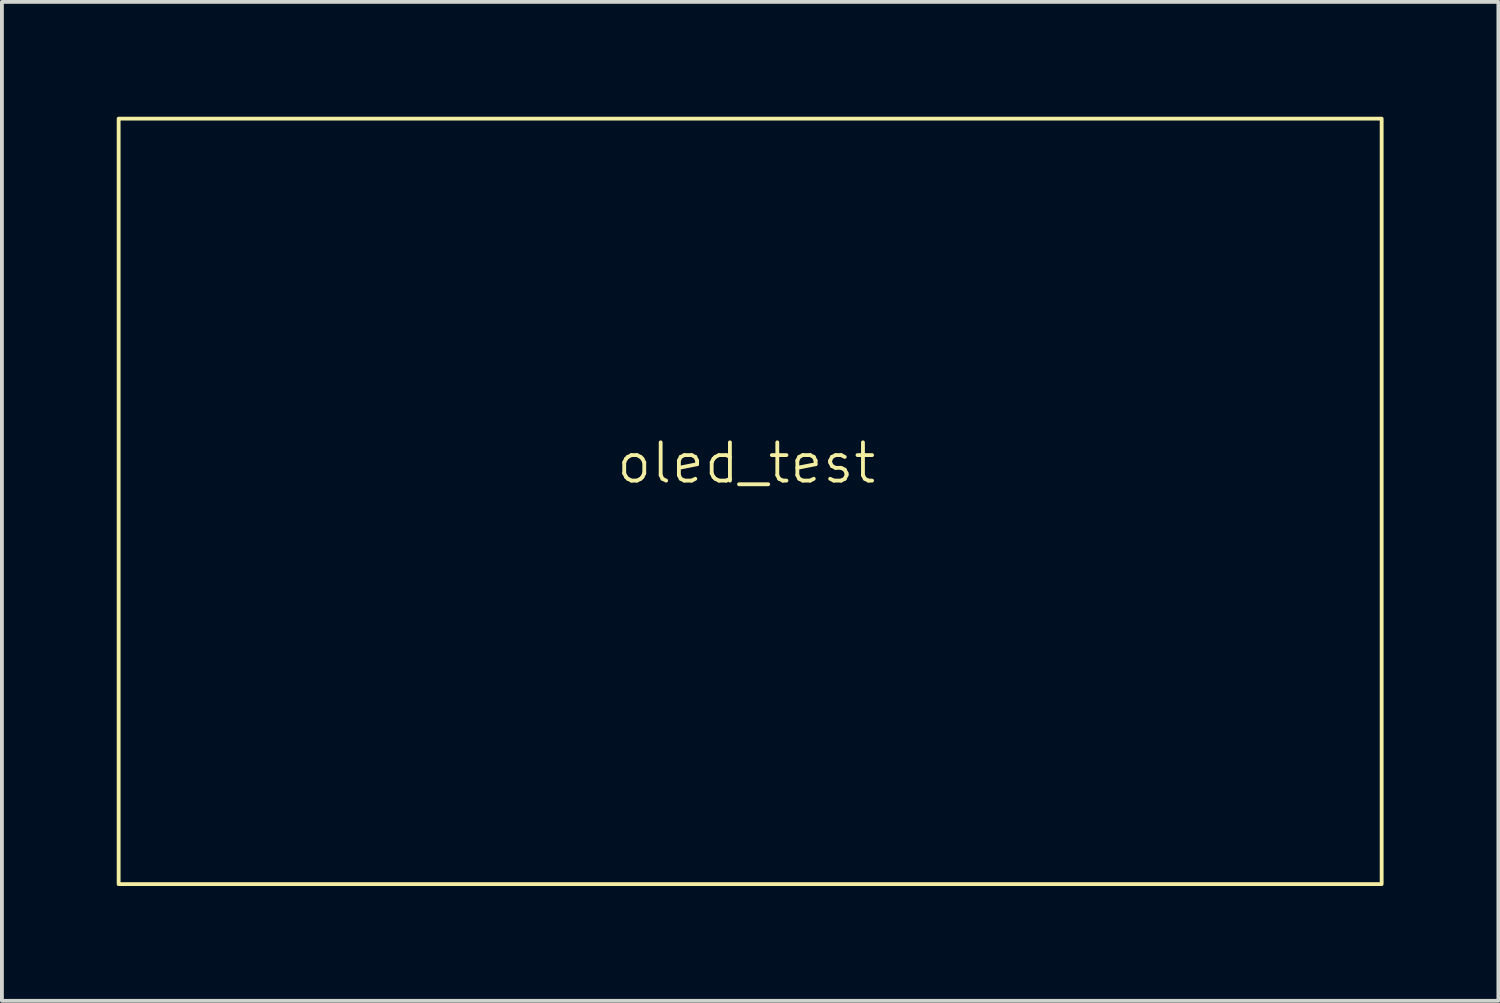
<source format=kicad_pcb>
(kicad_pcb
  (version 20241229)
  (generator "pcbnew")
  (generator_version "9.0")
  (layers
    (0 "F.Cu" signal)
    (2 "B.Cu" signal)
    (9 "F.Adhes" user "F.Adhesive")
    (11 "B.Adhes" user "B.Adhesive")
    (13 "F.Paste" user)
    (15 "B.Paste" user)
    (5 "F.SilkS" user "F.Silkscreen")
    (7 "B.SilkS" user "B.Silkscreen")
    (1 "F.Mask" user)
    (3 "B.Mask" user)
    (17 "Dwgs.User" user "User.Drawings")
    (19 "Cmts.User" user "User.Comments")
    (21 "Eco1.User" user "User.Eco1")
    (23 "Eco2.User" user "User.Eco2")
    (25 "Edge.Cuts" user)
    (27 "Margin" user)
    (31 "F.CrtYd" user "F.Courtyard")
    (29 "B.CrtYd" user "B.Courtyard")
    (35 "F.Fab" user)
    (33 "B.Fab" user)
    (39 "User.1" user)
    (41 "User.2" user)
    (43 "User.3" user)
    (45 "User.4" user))
  (footprint "oled_test"
    (layer "F.Cu")
    (at 16.65 10.05)
    (property "Reference" "oled_test" (at -0.2 -1 0) (unlocked yes) (layer "F.SilkS") (effects (font (size 1 1) (thickness 0.1))))
    (attr smd)
    (fp_rect (start -16.6 -10) (end 16.4 10) (stroke (width 0.1) (type default)) (fill no) (layer "F.SilkS")))
  (gr_rect
    (start -3 -3)
    (end 36.1 23.1)
    (stroke (width 0.1) (type default))
    (fill no)
    (layer "Edge.Cuts")))
</source>
